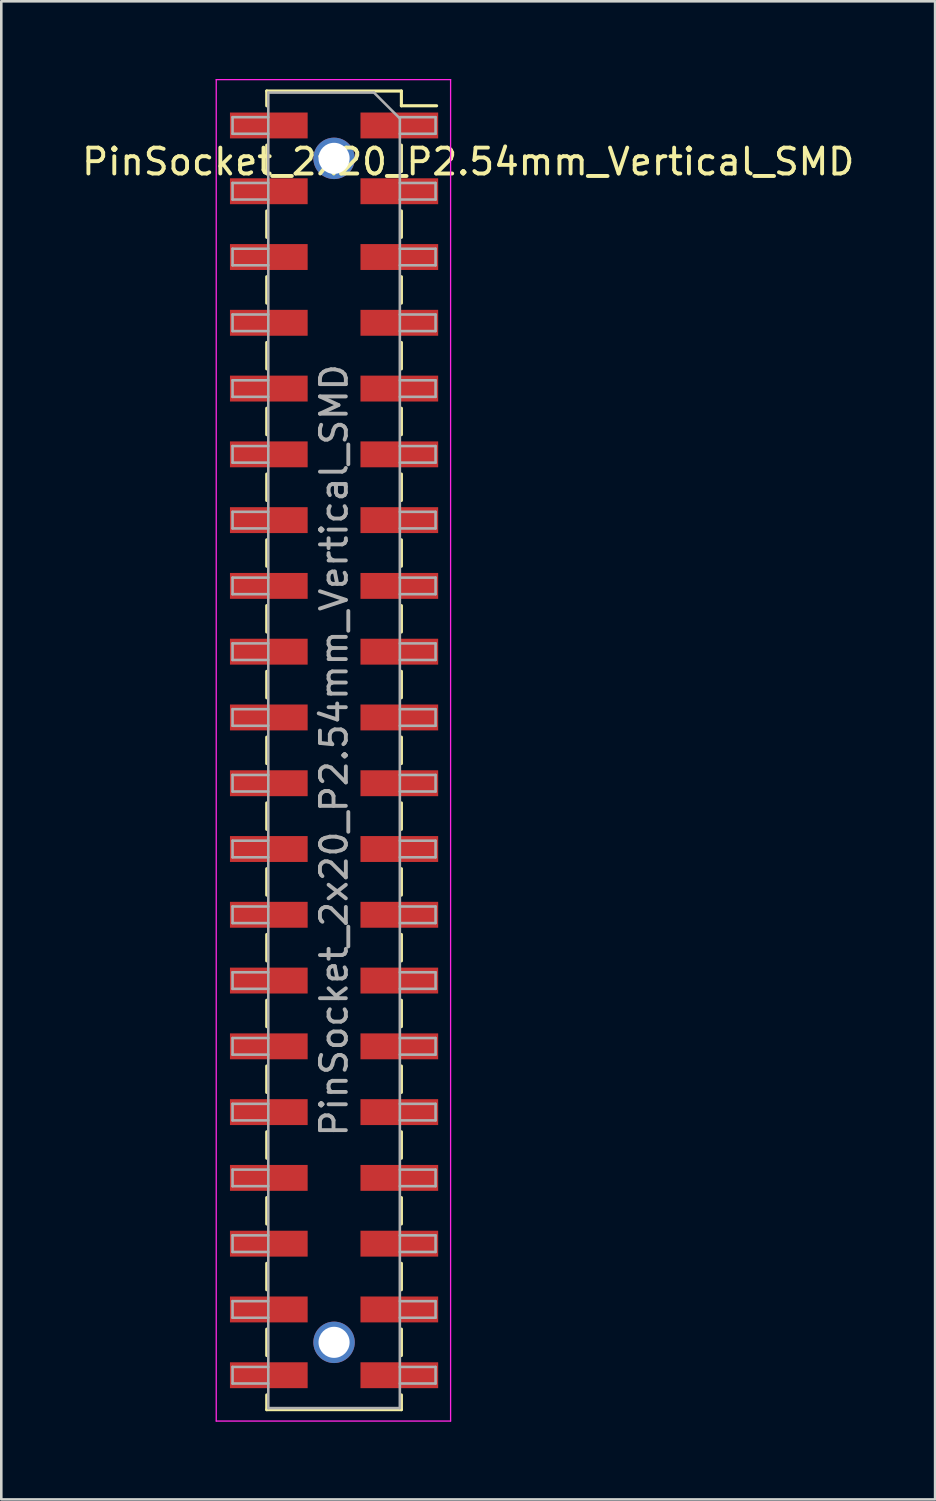
<source format=kicad_pcb>
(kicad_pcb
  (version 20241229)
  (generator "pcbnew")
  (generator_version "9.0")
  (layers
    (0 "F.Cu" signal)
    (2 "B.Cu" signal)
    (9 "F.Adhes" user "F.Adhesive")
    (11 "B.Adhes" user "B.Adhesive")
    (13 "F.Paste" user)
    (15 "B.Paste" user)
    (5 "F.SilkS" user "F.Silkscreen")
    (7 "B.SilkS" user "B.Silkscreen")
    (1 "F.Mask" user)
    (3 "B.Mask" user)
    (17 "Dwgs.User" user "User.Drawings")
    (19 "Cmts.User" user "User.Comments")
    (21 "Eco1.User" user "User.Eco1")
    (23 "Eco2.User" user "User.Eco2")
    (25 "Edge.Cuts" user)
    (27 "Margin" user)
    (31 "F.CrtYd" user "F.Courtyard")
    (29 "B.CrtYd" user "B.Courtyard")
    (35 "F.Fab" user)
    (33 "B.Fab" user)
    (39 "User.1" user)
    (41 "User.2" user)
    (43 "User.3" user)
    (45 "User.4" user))
  (footprint "PinSocket_2x20_P2.54mm_Vertical_SMD"
    (layer "F.Cu")
    (at 9.85 25.925)
    (property "Reference" "PinSocket_2x20_P2.54mm_Vertical_SMD" (at 5.18 -22.73 0) (layer "F.SilkS") (effects (font (size 1 1) (thickness 0.15))))
    (attr smd)
    (fp_line (start -2.6 -25.46) (end -2.6 -24.89) (stroke (width 0.12) (type solid)) (layer "F.SilkS"))
    (fp_line (start -2.6 -25.46) (end 2.6 -25.46) (stroke (width 0.12) (type solid)) (layer "F.SilkS"))
    (fp_line (start -2.6 -23.37) (end -2.6 -22.35) (stroke (width 0.12) (type solid)) (layer "F.SilkS"))
    (fp_line (start -2.6 -20.83) (end -2.6 -19.81) (stroke (width 0.12) (type solid)) (layer "F.SilkS"))
    (fp_line (start -2.6 -18.29) (end -2.6 -17.27) (stroke (width 0.12) (type solid)) (layer "F.SilkS"))
    (fp_line (start -2.6 -15.75) (end -2.6 -14.73) (stroke (width 0.12) (type solid)) (layer "F.SilkS"))
    (fp_line (start -2.6 -13.21) (end -2.6 -12.19) (stroke (width 0.12) (type solid)) (layer "F.SilkS"))
    (fp_line (start -2.6 -10.67) (end -2.6 -9.65) (stroke (width 0.12) (type solid)) (layer "F.SilkS"))
    (fp_line (start -2.6 -8.13) (end -2.6 -7.11) (stroke (width 0.12) (type solid)) (layer "F.SilkS"))
    (fp_line (start -2.6 -5.59) (end -2.6 -4.57) (stroke (width 0.12) (type solid)) (layer "F.SilkS"))
    (fp_line (start -2.6 -3.05) (end -2.6 -2.03) (stroke (width 0.12) (type solid)) (layer "F.SilkS"))
    (fp_line (start -2.6 -0.51) (end -2.6 0.51) (stroke (width 0.12) (type solid)) (layer "F.SilkS"))
    (fp_line (start -2.6 2.03) (end -2.6 3.05) (stroke (width 0.12) (type solid)) (layer "F.SilkS"))
    (fp_line (start -2.6 4.57) (end -2.6 5.59) (stroke (width 0.12) (type solid)) (layer "F.SilkS"))
    (fp_line (start -2.6 7.11) (end -2.6 8.13) (stroke (width 0.12) (type solid)) (layer "F.SilkS"))
    (fp_line (start -2.6 9.65) (end -2.6 10.67) (stroke (width 0.12) (type solid)) (layer "F.SilkS"))
    (fp_line (start -2.6 12.19) (end -2.6 13.21) (stroke (width 0.12) (type solid)) (layer "F.SilkS"))
    (fp_line (start -2.6 14.73) (end -2.6 15.75) (stroke (width 0.12) (type solid)) (layer "F.SilkS"))
    (fp_line (start -2.6 17.27) (end -2.6 18.29) (stroke (width 0.12) (type solid)) (layer "F.SilkS"))
    (fp_line (start -2.6 19.81) (end -2.6 20.83) (stroke (width 0.12) (type solid)) (layer "F.SilkS"))
    (fp_line (start -2.6 22.35) (end -2.6 23.37) (stroke (width 0.12) (type solid)) (layer "F.SilkS"))
    (fp_line (start -2.6 24.89) (end -2.6 25.46) (stroke (width 0.12) (type solid)) (layer "F.SilkS"))
    (fp_line (start -2.6 25.46) (end 2.6 25.46) (stroke (width 0.12) (type solid)) (layer "F.SilkS"))
    (fp_line (start 2.6 -25.46) (end 2.6 -24.89) (stroke (width 0.12) (type solid)) (layer "F.SilkS"))
    (fp_line (start 2.6 -24.89) (end 3.96 -24.89) (stroke (width 0.12) (type solid)) (layer "F.SilkS"))
    (fp_line (start 2.6 -23.37) (end 2.6 -22.35) (stroke (width 0.12) (type solid)) (layer "F.SilkS"))
    (fp_line (start 2.6 -20.83) (end 2.6 -19.81) (stroke (width 0.12) (type solid)) (layer "F.SilkS"))
    (fp_line (start 2.6 -18.29) (end 2.6 -17.27) (stroke (width 0.12) (type solid)) (layer "F.SilkS"))
    (fp_line (start 2.6 -15.75) (end 2.6 -14.73) (stroke (width 0.12) (type solid)) (layer "F.SilkS"))
    (fp_line (start 2.6 -13.21) (end 2.6 -12.19) (stroke (width 0.12) (type solid)) (layer "F.SilkS"))
    (fp_line (start 2.6 -10.67) (end 2.6 -9.65) (stroke (width 0.12) (type solid)) (layer "F.SilkS"))
    (fp_line (start 2.6 -8.13) (end 2.6 -7.11) (stroke (width 0.12) (type solid)) (layer "F.SilkS"))
    (fp_line (start 2.6 -5.59) (end 2.6 -4.57) (stroke (width 0.12) (type solid)) (layer "F.SilkS"))
    (fp_line (start 2.6 -3.05) (end 2.6 -2.03) (stroke (width 0.12) (type solid)) (layer "F.SilkS"))
    (fp_line (start 2.6 -0.51) (end 2.6 0.51) (stroke (width 0.12) (type solid)) (layer "F.SilkS"))
    (fp_line (start 2.6 2.03) (end 2.6 3.05) (stroke (width 0.12) (type solid)) (layer "F.SilkS"))
    (fp_line (start 2.6 4.57) (end 2.6 5.59) (stroke (width 0.12) (type solid)) (layer "F.SilkS"))
    (fp_line (start 2.6 7.11) (end 2.6 8.13) (stroke (width 0.12) (type solid)) (layer "F.SilkS"))
    (fp_line (start 2.6 9.65) (end 2.6 10.67) (stroke (width 0.12) (type solid)) (layer "F.SilkS"))
    (fp_line (start 2.6 12.19) (end 2.6 13.21) (stroke (width 0.12) (type solid)) (layer "F.SilkS"))
    (fp_line (start 2.6 14.73) (end 2.6 15.75) (stroke (width 0.12) (type solid)) (layer "F.SilkS"))
    (fp_line (start 2.6 17.27) (end 2.6 18.29) (stroke (width 0.12) (type solid)) (layer "F.SilkS"))
    (fp_line (start 2.6 19.81) (end 2.6 20.83) (stroke (width 0.12) (type solid)) (layer "F.SilkS"))
    (fp_line (start 2.6 22.35) (end 2.6 23.37) (stroke (width 0.12) (type solid)) (layer "F.SilkS"))
    (fp_line (start 2.6 24.89) (end 2.6 25.46) (stroke (width 0.12) (type solid)) (layer "F.SilkS"))
    (fp_line (start -4.55 -25.9) (end 4.5 -25.9) (stroke (width 0.05) (type solid)) (layer "F.CrtYd"))
    (fp_line (start -4.55 25.9) (end -4.55 -25.9) (stroke (width 0.05) (type solid)) (layer "F.CrtYd"))
    (fp_line (start 4.5 -25.9) (end 4.5 25.9) (stroke (width 0.05) (type solid)) (layer "F.CrtYd"))
    (fp_line (start 4.5 25.9) (end -4.55 25.9) (stroke (width 0.05) (type solid)) (layer "F.CrtYd"))
    (fp_line (start -3.92 -24.45) (end -2.54 -24.45) (stroke (width 0.1) (type solid)) (layer "F.Fab"))
    (fp_line (start -3.92 -23.81) (end -3.92 -24.45) (stroke (width 0.1) (type solid)) (layer "F.Fab"))
    (fp_line (start -3.92 -21.91) (end -2.54 -21.91) (stroke (width 0.1) (type solid)) (layer "F.Fab"))
    (fp_line (start -3.92 -21.27) (end -3.92 -21.91) (stroke (width 0.1) (type solid)) (layer "F.Fab"))
    (fp_line (start -3.92 -19.37) (end -2.54 -19.37) (stroke (width 0.1) (type solid)) (layer "F.Fab"))
    (fp_line (start -3.92 -18.73) (end -3.92 -19.37) (stroke (width 0.1) (type solid)) (layer "F.Fab"))
    (fp_line (start -3.92 -16.83) (end -2.54 -16.83) (stroke (width 0.1) (type solid)) (layer "F.Fab"))
    (fp_line (start -3.92 -16.19) (end -3.92 -16.83) (stroke (width 0.1) (type solid)) (layer "F.Fab"))
    (fp_line (start -3.92 -14.29) (end -2.54 -14.29) (stroke (width 0.1) (type solid)) (layer "F.Fab"))
    (fp_line (start -3.92 -13.65) (end -3.92 -14.29) (stroke (width 0.1) (type solid)) (layer "F.Fab"))
    (fp_line (start -3.92 -11.75) (end -2.54 -11.75) (stroke (width 0.1) (type solid)) (layer "F.Fab"))
    (fp_line (start -3.92 -11.11) (end -3.92 -11.75) (stroke (width 0.1) (type solid)) (layer "F.Fab"))
    (fp_line (start -3.92 -9.21) (end -2.54 -9.21) (stroke (width 0.1) (type solid)) (layer "F.Fab"))
    (fp_line (start -3.92 -8.57) (end -3.92 -9.21) (stroke (width 0.1) (type solid)) (layer "F.Fab"))
    (fp_line (start -3.92 -6.67) (end -2.54 -6.67) (stroke (width 0.1) (type solid)) (layer "F.Fab"))
    (fp_line (start -3.92 -6.03) (end -3.92 -6.67) (stroke (width 0.1) (type solid)) (layer "F.Fab"))
    (fp_line (start -3.92 -4.13) (end -2.54 -4.13) (stroke (width 0.1) (type solid)) (layer "F.Fab"))
    (fp_line (start -3.92 -3.49) (end -3.92 -4.13) (stroke (width 0.1) (type solid)) (layer "F.Fab"))
    (fp_line (start -3.92 -1.59) (end -2.54 -1.59) (stroke (width 0.1) (type solid)) (layer "F.Fab"))
    (fp_line (start -3.92 -0.95) (end -3.92 -1.59) (stroke (width 0.1) (type solid)) (layer "F.Fab"))
    (fp_line (start -3.92 0.95) (end -2.54 0.95) (stroke (width 0.1) (type solid)) (layer "F.Fab"))
    (fp_line (start -3.92 1.59) (end -3.92 0.95) (stroke (width 0.1) (type solid)) (layer "F.Fab"))
    (fp_line (start -3.92 3.49) (end -2.54 3.49) (stroke (width 0.1) (type solid)) (layer "F.Fab"))
    (fp_line (start -3.92 4.13) (end -3.92 3.49) (stroke (width 0.1) (type solid)) (layer "F.Fab"))
    (fp_line (start -3.92 6.03) (end -2.54 6.03) (stroke (width 0.1) (type solid)) (layer "F.Fab"))
    (fp_line (start -3.92 6.67) (end -3.92 6.03) (stroke (width 0.1) (type solid)) (layer "F.Fab"))
    (fp_line (start -3.92 8.57) (end -2.54 8.57) (stroke (width 0.1) (type solid)) (layer "F.Fab"))
    (fp_line (start -3.92 9.21) (end -3.92 8.57) (stroke (width 0.1) (type solid)) (layer "F.Fab"))
    (fp_line (start -3.92 11.11) (end -2.54 11.11) (stroke (width 0.1) (type solid)) (layer "F.Fab"))
    (fp_line (start -3.92 11.75) (end -3.92 11.11) (stroke (width 0.1) (type solid)) (layer "F.Fab"))
    (fp_line (start -3.92 13.65) (end -2.54 13.65) (stroke (width 0.1) (type solid)) (layer "F.Fab"))
    (fp_line (start -3.92 14.29) (end -3.92 13.65) (stroke (width 0.1) (type solid)) (layer "F.Fab"))
    (fp_line (start -3.92 16.19) (end -2.54 16.19) (stroke (width 0.1) (type solid)) (layer "F.Fab"))
    (fp_line (start -3.92 16.83) (end -3.92 16.19) (stroke (width 0.1) (type solid)) (layer "F.Fab"))
    (fp_line (start -3.92 18.73) (end -2.54 18.73) (stroke (width 0.1) (type solid)) (layer "F.Fab"))
    (fp_line (start -3.92 19.37) (end -3.92 18.73) (stroke (width 0.1) (type solid)) (layer "F.Fab"))
    (fp_line (start -3.92 21.27) (end -2.54 21.27) (stroke (width 0.1) (type solid)) (layer "F.Fab"))
    (fp_line (start -3.92 21.91) (end -3.92 21.27) (stroke (width 0.1) (type solid)) (layer "F.Fab"))
    (fp_line (start -3.92 23.81) (end -2.54 23.81) (stroke (width 0.1) (type solid)) (layer "F.Fab"))
    (fp_line (start -3.92 24.45) (end -3.92 23.81) (stroke (width 0.1) (type solid)) (layer "F.Fab"))
    (fp_line (start -2.54 -25.4) (end 1.54 -25.4) (stroke (width 0.1) (type solid)) (layer "F.Fab"))
    (fp_line (start -2.54 -23.81) (end -3.92 -23.81) (stroke (width 0.1) (type solid)) (layer "F.Fab"))
    (fp_line (start -2.54 -21.27) (end -3.92 -21.27) (stroke (width 0.1) (type solid)) (layer "F.Fab"))
    (fp_line (start -2.54 -18.73) (end -3.92 -18.73) (stroke (width 0.1) (type solid)) (layer "F.Fab"))
    (fp_line (start -2.54 -16.19) (end -3.92 -16.19) (stroke (width 0.1) (type solid)) (layer "F.Fab"))
    (fp_line (start -2.54 -13.65) (end -3.92 -13.65) (stroke (width 0.1) (type solid)) (layer "F.Fab"))
    (fp_line (start -2.54 -11.11) (end -3.92 -11.11) (stroke (width 0.1) (type solid)) (layer "F.Fab"))
    (fp_line (start -2.54 -8.57) (end -3.92 -8.57) (stroke (width 0.1) (type solid)) (layer "F.Fab"))
    (fp_line (start -2.54 -6.03) (end -3.92 -6.03) (stroke (width 0.1) (type solid)) (layer "F.Fab"))
    (fp_line (start -2.54 -3.49) (end -3.92 -3.49) (stroke (width 0.1) (type solid)) (layer "F.Fab"))
    (fp_line (start -2.54 -0.95) (end -3.92 -0.95) (stroke (width 0.1) (type solid)) (layer "F.Fab"))
    (fp_line (start -2.54 1.59) (end -3.92 1.59) (stroke (width 0.1) (type solid)) (layer "F.Fab"))
    (fp_line (start -2.54 4.13) (end -3.92 4.13) (stroke (width 0.1) (type solid)) (layer "F.Fab"))
    (fp_line (start -2.54 6.67) (end -3.92 6.67) (stroke (width 0.1) (type solid)) (layer "F.Fab"))
    (fp_line (start -2.54 9.21) (end -3.92 9.21) (stroke (width 0.1) (type solid)) (layer "F.Fab"))
    (fp_line (start -2.54 11.75) (end -3.92 11.75) (stroke (width 0.1) (type solid)) (layer "F.Fab"))
    (fp_line (start -2.54 14.29) (end -3.92 14.29) (stroke (width 0.1) (type solid)) (layer "F.Fab"))
    (fp_line (start -2.54 16.83) (end -3.92 16.83) (stroke (width 0.1) (type solid)) (layer "F.Fab"))
    (fp_line (start -2.54 19.37) (end -3.92 19.37) (stroke (width 0.1) (type solid)) (layer "F.Fab"))
    (fp_line (start -2.54 21.91) (end -3.92 21.91) (stroke (width 0.1) (type solid)) (layer "F.Fab"))
    (fp_line (start -2.54 24.45) (end -3.92 24.45) (stroke (width 0.1) (type solid)) (layer "F.Fab"))
    (fp_line (start -2.54 25.4) (end -2.54 -25.4) (stroke (width 0.1) (type solid)) (layer "F.Fab"))
    (fp_line (start 1.54 -25.4) (end 2.54 -24.4) (stroke (width 0.1) (type solid)) (layer "F.Fab"))
    (fp_line (start 2.54 -24.45) (end 3.92 -24.45) (stroke (width 0.1) (type solid)) (layer "F.Fab"))
    (fp_line (start 2.54 -24.4) (end 2.54 25.4) (stroke (width 0.1) (type solid)) (layer "F.Fab"))
    (fp_line (start 2.54 -21.91) (end 3.92 -21.91) (stroke (width 0.1) (type solid)) (layer "F.Fab"))
    (fp_line (start 2.54 -19.37) (end 3.92 -19.37) (stroke (width 0.1) (type solid)) (layer "F.Fab"))
    (fp_line (start 2.54 -16.83) (end 3.92 -16.83) (stroke (width 0.1) (type solid)) (layer "F.Fab"))
    (fp_line (start 2.54 -14.29) (end 3.92 -14.29) (stroke (width 0.1) (type solid)) (layer "F.Fab"))
    (fp_line (start 2.54 -11.75) (end 3.92 -11.75) (stroke (width 0.1) (type solid)) (layer "F.Fab"))
    (fp_line (start 2.54 -9.21) (end 3.92 -9.21) (stroke (width 0.1) (type solid)) (layer "F.Fab"))
    (fp_line (start 2.54 -6.67) (end 3.92 -6.67) (stroke (width 0.1) (type solid)) (layer "F.Fab"))
    (fp_line (start 2.54 -4.13) (end 3.92 -4.13) (stroke (width 0.1) (type solid)) (layer "F.Fab"))
    (fp_line (start 2.54 -1.59) (end 3.92 -1.59) (stroke (width 0.1) (type solid)) (layer "F.Fab"))
    (fp_line (start 2.54 0.95) (end 3.92 0.95) (stroke (width 0.1) (type solid)) (layer "F.Fab"))
    (fp_line (start 2.54 3.49) (end 3.92 3.49) (stroke (width 0.1) (type solid)) (layer "F.Fab"))
    (fp_line (start 2.54 6.03) (end 3.92 6.03) (stroke (width 0.1) (type solid)) (layer "F.Fab"))
    (fp_line (start 2.54 8.57) (end 3.92 8.57) (stroke (width 0.1) (type solid)) (layer "F.Fab"))
    (fp_line (start 2.54 11.11) (end 3.92 11.11) (stroke (width 0.1) (type solid)) (layer "F.Fab"))
    (fp_line (start 2.54 13.65) (end 3.92 13.65) (stroke (width 0.1) (type solid)) (layer "F.Fab"))
    (fp_line (start 2.54 16.19) (end 3.92 16.19) (stroke (width 0.1) (type solid)) (layer "F.Fab"))
    (fp_line (start 2.54 18.73) (end 3.92 18.73) (stroke (width 0.1) (type solid)) (layer "F.Fab"))
    (fp_line (start 2.54 21.27) (end 3.92 21.27) (stroke (width 0.1) (type solid)) (layer "F.Fab"))
    (fp_line (start 2.54 23.81) (end 3.92 23.81) (stroke (width 0.1) (type solid)) (layer "F.Fab"))
    (fp_line (start 2.54 25.4) (end -2.54 25.4) (stroke (width 0.1) (type solid)) (layer "F.Fab"))
    (fp_line (start 3.92 -24.45) (end 3.92 -23.81) (stroke (width 0.1) (type solid)) (layer "F.Fab"))
    (fp_line (start 3.92 -23.81) (end 2.54 -23.81) (stroke (width 0.1) (type solid)) (layer "F.Fab"))
    (fp_line (start 3.92 -21.91) (end 3.92 -21.27) (stroke (width 0.1) (type solid)) (layer "F.Fab"))
    (fp_line (start 3.92 -21.27) (end 2.54 -21.27) (stroke (width 0.1) (type solid)) (layer "F.Fab"))
    (fp_line (start 3.92 -19.37) (end 3.92 -18.73) (stroke (width 0.1) (type solid)) (layer "F.Fab"))
    (fp_line (start 3.92 -18.73) (end 2.54 -18.73) (stroke (width 0.1) (type solid)) (layer "F.Fab"))
    (fp_line (start 3.92 -16.83) (end 3.92 -16.19) (stroke (width 0.1) (type solid)) (layer "F.Fab"))
    (fp_line (start 3.92 -16.19) (end 2.54 -16.19) (stroke (width 0.1) (type solid)) (layer "F.Fab"))
    (fp_line (start 3.92 -14.29) (end 3.92 -13.65) (stroke (width 0.1) (type solid)) (layer "F.Fab"))
    (fp_line (start 3.92 -13.65) (end 2.54 -13.65) (stroke (width 0.1) (type solid)) (layer "F.Fab"))
    (fp_line (start 3.92 -11.75) (end 3.92 -11.11) (stroke (width 0.1) (type solid)) (layer "F.Fab"))
    (fp_line (start 3.92 -11.11) (end 2.54 -11.11) (stroke (width 0.1) (type solid)) (layer "F.Fab"))
    (fp_line (start 3.92 -9.21) (end 3.92 -8.57) (stroke (width 0.1) (type solid)) (layer "F.Fab"))
    (fp_line (start 3.92 -8.57) (end 2.54 -8.57) (stroke (width 0.1) (type solid)) (layer "F.Fab"))
    (fp_line (start 3.92 -6.67) (end 3.92 -6.03) (stroke (width 0.1) (type solid)) (layer "F.Fab"))
    (fp_line (start 3.92 -6.03) (end 2.54 -6.03) (stroke (width 0.1) (type solid)) (layer "F.Fab"))
    (fp_line (start 3.92 -4.13) (end 3.92 -3.49) (stroke (width 0.1) (type solid)) (layer "F.Fab"))
    (fp_line (start 3.92 -3.49) (end 2.54 -3.49) (stroke (width 0.1) (type solid)) (layer "F.Fab"))
    (fp_line (start 3.92 -1.59) (end 3.92 -0.95) (stroke (width 0.1) (type solid)) (layer "F.Fab"))
    (fp_line (start 3.92 -0.95) (end 2.54 -0.95) (stroke (width 0.1) (type solid)) (layer "F.Fab"))
    (fp_line (start 3.92 0.95) (end 3.92 1.59) (stroke (width 0.1) (type solid)) (layer "F.Fab"))
    (fp_line (start 3.92 1.59) (end 2.54 1.59) (stroke (width 0.1) (type solid)) (layer "F.Fab"))
    (fp_line (start 3.92 3.49) (end 3.92 4.13) (stroke (width 0.1) (type solid)) (layer "F.Fab"))
    (fp_line (start 3.92 4.13) (end 2.54 4.13) (stroke (width 0.1) (type solid)) (layer "F.Fab"))
    (fp_line (start 3.92 6.03) (end 3.92 6.67) (stroke (width 0.1) (type solid)) (layer "F.Fab"))
    (fp_line (start 3.92 6.67) (end 2.54 6.67) (stroke (width 0.1) (type solid)) (layer "F.Fab"))
    (fp_line (start 3.92 8.57) (end 3.92 9.21) (stroke (width 0.1) (type solid)) (layer "F.Fab"))
    (fp_line (start 3.92 9.21) (end 2.54 9.21) (stroke (width 0.1) (type solid)) (layer "F.Fab"))
    (fp_line (start 3.92 11.11) (end 3.92 11.75) (stroke (width 0.1) (type solid)) (layer "F.Fab"))
    (fp_line (start 3.92 11.75) (end 2.54 11.75) (stroke (width 0.1) (type solid)) (layer "F.Fab"))
    (fp_line (start 3.92 13.65) (end 3.92 14.29) (stroke (width 0.1) (type solid)) (layer "F.Fab"))
    (fp_line (start 3.92 14.29) (end 2.54 14.29) (stroke (width 0.1) (type solid)) (layer "F.Fab"))
    (fp_line (start 3.92 16.19) (end 3.92 16.83) (stroke (width 0.1) (type solid)) (layer "F.Fab"))
    (fp_line (start 3.92 16.83) (end 2.54 16.83) (stroke (width 0.1) (type solid)) (layer "F.Fab"))
    (fp_line (start 3.92 18.73) (end 3.92 19.37) (stroke (width 0.1) (type solid)) (layer "F.Fab"))
    (fp_line (start 3.92 19.37) (end 2.54 19.37) (stroke (width 0.1) (type solid)) (layer "F.Fab"))
    (fp_line (start 3.92 21.27) (end 3.92 21.91) (stroke (width 0.1) (type solid)) (layer "F.Fab"))
    (fp_line (start 3.92 21.91) (end 2.54 21.91) (stroke (width 0.1) (type solid)) (layer "F.Fab"))
    (fp_line (start 3.92 23.81) (end 3.92 24.45) (stroke (width 0.1) (type solid)) (layer "F.Fab"))
    (fp_line (start 3.92 24.45) (end 2.54 24.45) (stroke (width 0.1) (type solid)) (layer "F.Fab"))
    (fp_text user "${REFERENCE}" (at 0 0 90) (layer "F.Fab") (effects (font (size 1 1) (thickness 0.15))))
    (pad "" thru_hole circle (at 0 -22.86) (size 1.6 1.6) (drill 1.2) (layers "*.Cu" "*.Mask"))
    (pad "" thru_hole circle (at 0 22.86) (size 1.6 1.6) (drill 1.2) (layers "*.Cu" "*.Mask"))
    (pad "1" smd rect (at 2.52 -24.13) (size 3 1) (layers "F.Cu" "F.Mask" "F.Paste"))
    (pad "2" smd rect (at -2.52 -24.13) (size 3 1) (layers "F.Cu" "F.Mask" "F.Paste"))
    (pad "3" smd rect (at 2.52 -21.59) (size 3 1) (layers "F.Cu" "F.Mask" "F.Paste"))
    (pad "4" smd rect (at -2.52 -21.59) (size 3 1) (layers "F.Cu" "F.Mask" "F.Paste"))
    (pad "5" smd rect (at 2.52 -19.05) (size 3 1) (layers "F.Cu" "F.Mask" "F.Paste"))
    (pad "6" smd rect (at -2.52 -19.05) (size 3 1) (layers "F.Cu" "F.Mask" "F.Paste"))
    (pad "7" smd rect (at 2.52 -16.51) (size 3 1) (layers "F.Cu" "F.Mask" "F.Paste"))
    (pad "8" smd rect (at -2.52 -16.51) (size 3 1) (layers "F.Cu" "F.Mask" "F.Paste"))
    (pad "9" smd rect (at 2.52 -13.97) (size 3 1) (layers "F.Cu" "F.Mask" "F.Paste"))
    (pad "10" smd rect (at -2.52 -13.97) (size 3 1) (layers "F.Cu" "F.Mask" "F.Paste"))
    (pad "11" smd rect (at 2.52 -11.43) (size 3 1) (layers "F.Cu" "F.Mask" "F.Paste"))
    (pad "12" smd rect (at -2.52 -11.43) (size 3 1) (layers "F.Cu" "F.Mask" "F.Paste"))
    (pad "13" smd rect (at 2.52 -8.89) (size 3 1) (layers "F.Cu" "F.Mask" "F.Paste"))
    (pad "14" smd rect (at -2.52 -8.89) (size 3 1) (layers "F.Cu" "F.Mask" "F.Paste"))
    (pad "15" smd rect (at 2.52 -6.35) (size 3 1) (layers "F.Cu" "F.Mask" "F.Paste"))
    (pad "16" smd rect (at -2.52 -6.35) (size 3 1) (layers "F.Cu" "F.Mask" "F.Paste"))
    (pad "17" smd rect (at 2.52 -3.81) (size 3 1) (layers "F.Cu" "F.Mask" "F.Paste"))
    (pad "18" smd rect (at -2.52 -3.81) (size 3 1) (layers "F.Cu" "F.Mask" "F.Paste"))
    (pad "19" smd rect (at 2.52 -1.27) (size 3 1) (layers "F.Cu" "F.Mask" "F.Paste"))
    (pad "20" smd rect (at -2.52 -1.27) (size 3 1) (layers "F.Cu" "F.Mask" "F.Paste"))
    (pad "21" smd rect (at 2.52 1.27) (size 3 1) (layers "F.Cu" "F.Mask" "F.Paste"))
    (pad "22" smd rect (at -2.52 1.27) (size 3 1) (layers "F.Cu" "F.Mask" "F.Paste"))
    (pad "23" smd rect (at 2.52 3.81) (size 3 1) (layers "F.Cu" "F.Mask" "F.Paste"))
    (pad "24" smd rect (at -2.52 3.81) (size 3 1) (layers "F.Cu" "F.Mask" "F.Paste"))
    (pad "25" smd rect (at 2.52 6.35) (size 3 1) (layers "F.Cu" "F.Mask" "F.Paste"))
    (pad "26" smd rect (at -2.52 6.35) (size 3 1) (layers "F.Cu" "F.Mask" "F.Paste"))
    (pad "27" smd rect (at 2.52 8.89) (size 3 1) (layers "F.Cu" "F.Mask" "F.Paste"))
    (pad "28" smd rect (at -2.52 8.89) (size 3 1) (layers "F.Cu" "F.Mask" "F.Paste"))
    (pad "29" smd rect (at 2.52 11.43) (size 3 1) (layers "F.Cu" "F.Mask" "F.Paste"))
    (pad "30" smd rect (at -2.52 11.43) (size 3 1) (layers "F.Cu" "F.Mask" "F.Paste"))
    (pad "31" smd rect (at 2.52 13.97) (size 3 1) (layers "F.Cu" "F.Mask" "F.Paste"))
    (pad "32" smd rect (at -2.52 13.97) (size 3 1) (layers "F.Cu" "F.Mask" "F.Paste"))
    (pad "33" smd rect (at 2.52 16.51) (size 3 1) (layers "F.Cu" "F.Mask" "F.Paste"))
    (pad "34" smd rect (at -2.52 16.51) (size 3 1) (layers "F.Cu" "F.Mask" "F.Paste"))
    (pad "35" smd rect (at 2.52 19.05) (size 3 1) (layers "F.Cu" "F.Mask" "F.Paste"))
    (pad "36" smd rect (at -2.52 19.05) (size 3 1) (layers "F.Cu" "F.Mask" "F.Paste"))
    (pad "37" smd rect (at 2.52 21.59) (size 3 1) (layers "F.Cu" "F.Mask" "F.Paste"))
    (pad "38" smd rect (at -2.52 21.59) (size 3 1) (layers "F.Cu" "F.Mask" "F.Paste"))
    (pad "39" smd rect (at 2.52 24.13) (size 3 1) (layers "F.Cu" "F.Mask" "F.Paste"))
    (pad "40" smd rect (at -2.52 24.13) (size 3 1) (layers "F.Cu" "F.Mask" "F.Paste")))
  (gr_rect
    (start -3 -3)
    (end 33.06 54.85)
    (stroke (width 0.1) (type default))
    (fill no)
    (layer "Edge.Cuts")))
</source>
